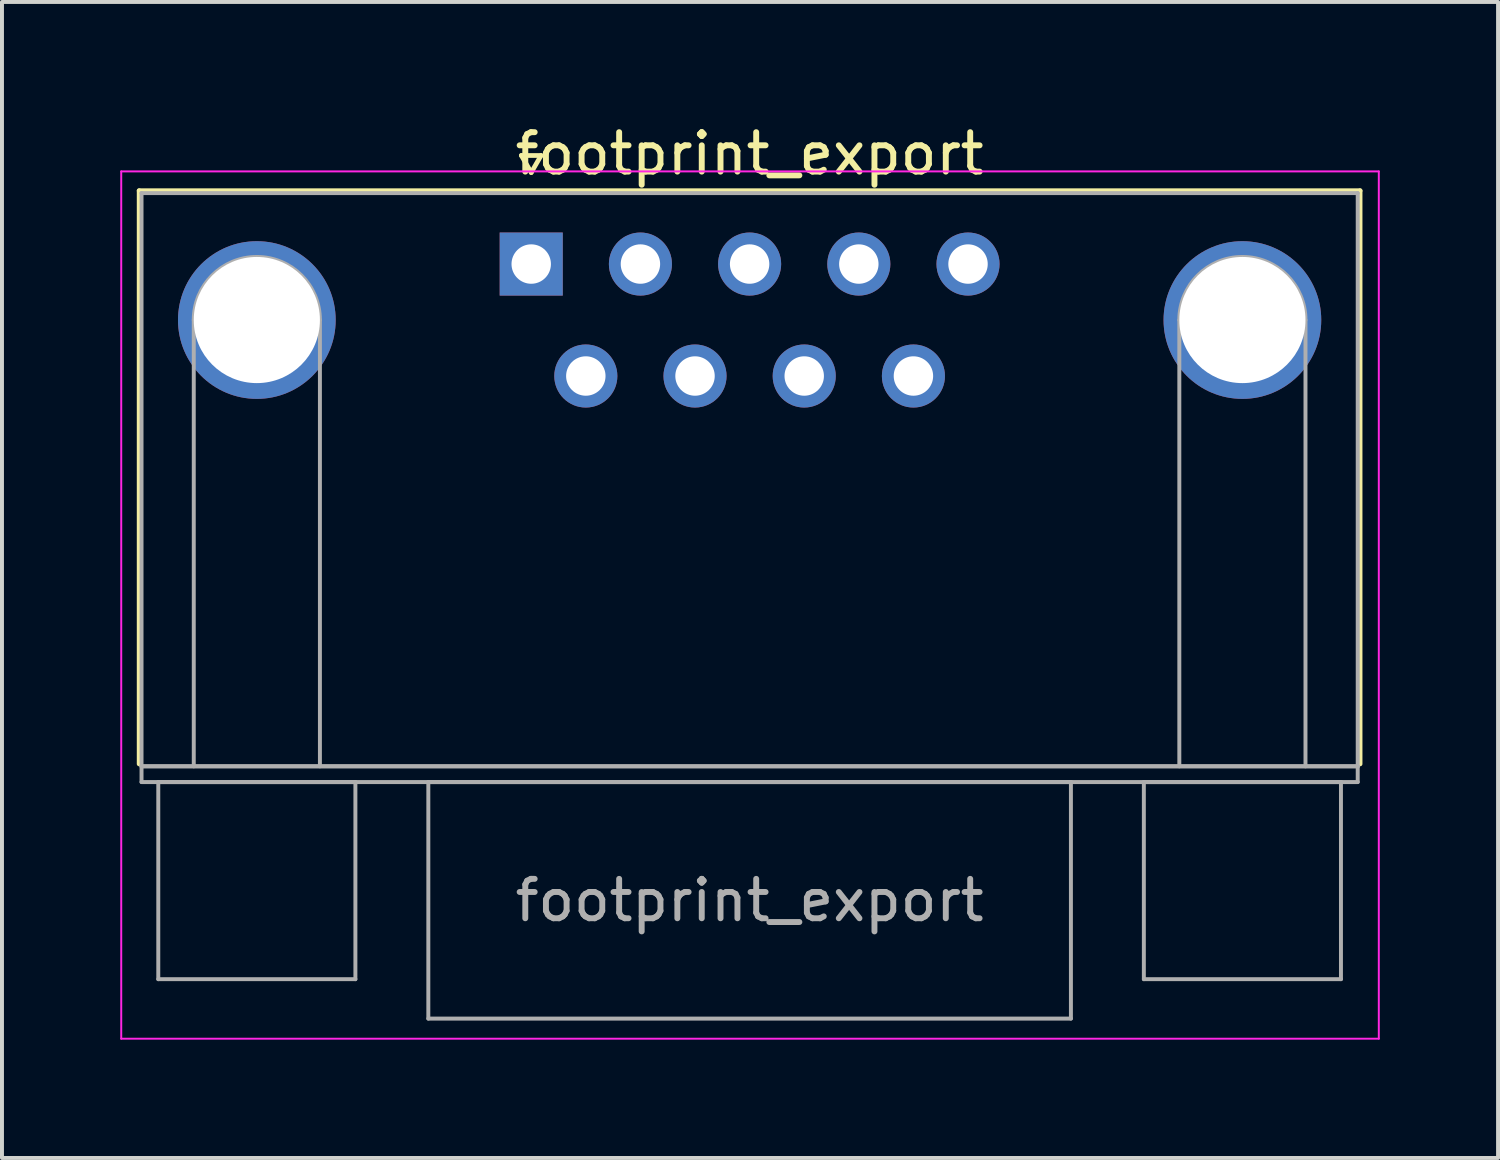
<source format=kicad_pcb>
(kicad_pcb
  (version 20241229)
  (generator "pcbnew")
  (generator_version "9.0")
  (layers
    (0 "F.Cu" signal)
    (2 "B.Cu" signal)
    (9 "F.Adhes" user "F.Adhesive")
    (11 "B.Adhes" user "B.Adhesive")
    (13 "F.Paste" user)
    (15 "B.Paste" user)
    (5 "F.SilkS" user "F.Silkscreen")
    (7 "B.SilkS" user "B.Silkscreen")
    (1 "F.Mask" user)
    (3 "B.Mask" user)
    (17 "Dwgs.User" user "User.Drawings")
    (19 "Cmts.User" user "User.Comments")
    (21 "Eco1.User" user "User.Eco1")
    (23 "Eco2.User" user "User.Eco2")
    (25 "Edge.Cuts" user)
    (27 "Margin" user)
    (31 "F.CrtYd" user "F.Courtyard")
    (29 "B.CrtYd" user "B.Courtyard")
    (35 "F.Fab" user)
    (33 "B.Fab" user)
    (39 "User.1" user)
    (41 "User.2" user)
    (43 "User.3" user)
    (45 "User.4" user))
  (footprint "footprint_export"
    (layer "F.Cu")
    (at 10.425 3.648)
    (property "Reference" "footprint_export" (at 5.54 -2.8 0) (layer "F.SilkS") (effects (font (size 1 1) (thickness 0.15))))
    (attr through_hole)
    (fp_line (start -9.945 -1.86) (end 21.025 -1.86) (stroke (width 0.12) (type solid)) (layer "F.SilkS"))
    (fp_line (start -9.945 12.68) (end -9.945 -1.86) (stroke (width 0.12) (type solid)) (layer "F.SilkS"))
    (fp_line (start -0.25 -2.754) (end 0.25 -2.754) (stroke (width 0.12) (type solid)) (layer "F.SilkS"))
    (fp_line (start 0 -2.321) (end -0.25 -2.754) (stroke (width 0.12) (type solid)) (layer "F.SilkS"))
    (fp_line (start 0.25 -2.754) (end 0 -2.321) (stroke (width 0.12) (type solid)) (layer "F.SilkS"))
    (fp_line (start 21.025 -1.86) (end 21.025 12.68) (stroke (width 0.12) (type solid)) (layer "F.SilkS"))
    (fp_line (start -10.4 -2.35) (end -10.4 19.65) (stroke (width 0.05) (type solid)) (layer "F.CrtYd"))
    (fp_line (start -10.4 19.65) (end 21.5 19.65) (stroke (width 0.05) (type solid)) (layer "F.CrtYd"))
    (fp_line (start 21.5 -2.35) (end -10.4 -2.35) (stroke (width 0.05) (type solid)) (layer "F.CrtYd"))
    (fp_line (start 21.5 19.65) (end 21.5 -2.35) (stroke (width 0.05) (type solid)) (layer "F.CrtYd"))
    (fp_line (start -9.885 -1.8) (end -9.885 12.74) (stroke (width 0.1) (type solid)) (layer "F.Fab"))
    (fp_line (start -9.885 12.74) (end -9.885 13.14) (stroke (width 0.1) (type solid)) (layer "F.Fab"))
    (fp_line (start -9.885 12.74) (end 20.965 12.74) (stroke (width 0.1) (type solid)) (layer "F.Fab"))
    (fp_line (start -9.885 13.14) (end 20.965 13.14) (stroke (width 0.1) (type solid)) (layer "F.Fab"))
    (fp_line (start -9.46 13.14) (end -9.46 18.14) (stroke (width 0.1) (type solid)) (layer "F.Fab"))
    (fp_line (start -9.46 18.14) (end -4.46 18.14) (stroke (width 0.1) (type solid)) (layer "F.Fab"))
    (fp_line (start -8.56 12.74) (end -8.56 1.42) (stroke (width 0.1) (type solid)) (layer "F.Fab"))
    (fp_line (start -5.36 12.74) (end -5.36 1.42) (stroke (width 0.1) (type solid)) (layer "F.Fab"))
    (fp_line (start -4.46 13.14) (end -9.46 13.14) (stroke (width 0.1) (type solid)) (layer "F.Fab"))
    (fp_line (start -4.46 18.14) (end -4.46 13.14) (stroke (width 0.1) (type solid)) (layer "F.Fab"))
    (fp_line (start -2.61 13.14) (end -2.61 19.14) (stroke (width 0.1) (type solid)) (layer "F.Fab"))
    (fp_line (start -2.61 19.14) (end 13.69 19.14) (stroke (width 0.1) (type solid)) (layer "F.Fab"))
    (fp_line (start 13.69 13.14) (end -2.61 13.14) (stroke (width 0.1) (type solid)) (layer "F.Fab"))
    (fp_line (start 13.69 19.14) (end 13.69 13.14) (stroke (width 0.1) (type solid)) (layer "F.Fab"))
    (fp_line (start 15.54 13.14) (end 15.54 18.14) (stroke (width 0.1) (type solid)) (layer "F.Fab"))
    (fp_line (start 15.54 18.14) (end 20.54 18.14) (stroke (width 0.1) (type solid)) (layer "F.Fab"))
    (fp_line (start 16.44 12.74) (end 16.44 1.42) (stroke (width 0.1) (type solid)) (layer "F.Fab"))
    (fp_line (start 19.64 12.74) (end 19.64 1.42) (stroke (width 0.1) (type solid)) (layer "F.Fab"))
    (fp_line (start 20.54 13.14) (end 15.54 13.14) (stroke (width 0.1) (type solid)) (layer "F.Fab"))
    (fp_line (start 20.54 18.14) (end 20.54 13.14) (stroke (width 0.1) (type solid)) (layer "F.Fab"))
    (fp_line (start 20.965 -1.8) (end -9.885 -1.8) (stroke (width 0.1) (type solid)) (layer "F.Fab"))
    (fp_line (start 20.965 12.74) (end -9.885 12.74) (stroke (width 0.1) (type solid)) (layer "F.Fab"))
    (fp_line (start 20.965 12.74) (end 20.965 -1.8) (stroke (width 0.1) (type solid)) (layer "F.Fab"))
    (fp_line (start 20.965 13.14) (end 20.965 12.74) (stroke (width 0.1) (type solid)) (layer "F.Fab"))
    (fp_arc (start -8.56 1.42) (mid -6.96 -0.18) (end -5.36 1.42) (stroke (width 0.1) (type solid)) (layer "F.Fab"))
    (fp_arc (start 16.44 1.42) (mid 18.04 -0.18) (end 19.64 1.42) (stroke (width 0.1) (type solid)) (layer "F.Fab"))
    (fp_text user "${REFERENCE}" (at 5.54 16.14 0) (layer "F.Fab") (effects (font (size 1 1) (thickness 0.15))))
    (pad "0" thru_hole circle (at -6.96 1.42) (size 4 4) (drill 3.2) (layers "*.Cu" "*.Mask"))
    (pad "0" thru_hole circle (at 18.04 1.42) (size 4 4) (drill 3.2) (layers "*.Cu" "*.Mask"))
    (pad "1" thru_hole rect (at 0 0) (size 1.6 1.6) (drill 1) (layers "*.Cu" "*.Mask"))
    (pad "2" thru_hole circle (at 2.77 0) (size 1.6 1.6) (drill 1) (layers "*.Cu" "*.Mask"))
    (pad "3" thru_hole circle (at 5.54 0) (size 1.6 1.6) (drill 1) (layers "*.Cu" "*.Mask"))
    (pad "4" thru_hole circle (at 8.31 0) (size 1.6 1.6) (drill 1) (layers "*.Cu" "*.Mask"))
    (pad "5" thru_hole circle (at 11.08 0) (size 1.6 1.6) (drill 1) (layers "*.Cu" "*.Mask"))
    (pad "6" thru_hole circle (at 1.385 2.84) (size 1.6 1.6) (drill 1) (layers "*.Cu" "*.Mask"))
    (pad "7" thru_hole circle (at 4.155 2.84) (size 1.6 1.6) (drill 1) (layers "*.Cu" "*.Mask"))
    (pad "8" thru_hole circle (at 6.925 2.84) (size 1.6 1.6) (drill 1) (layers "*.Cu" "*.Mask"))
    (pad "9" thru_hole circle (at 9.695 2.84) (size 1.6 1.6) (drill 1) (layers "*.Cu" "*.Mask")))
  (gr_rect
    (start -3 -3)
    (end 34.95 26.323)
    (stroke (width 0.1) (type default))
    (fill no)
    (layer "Edge.Cuts")))
</source>
